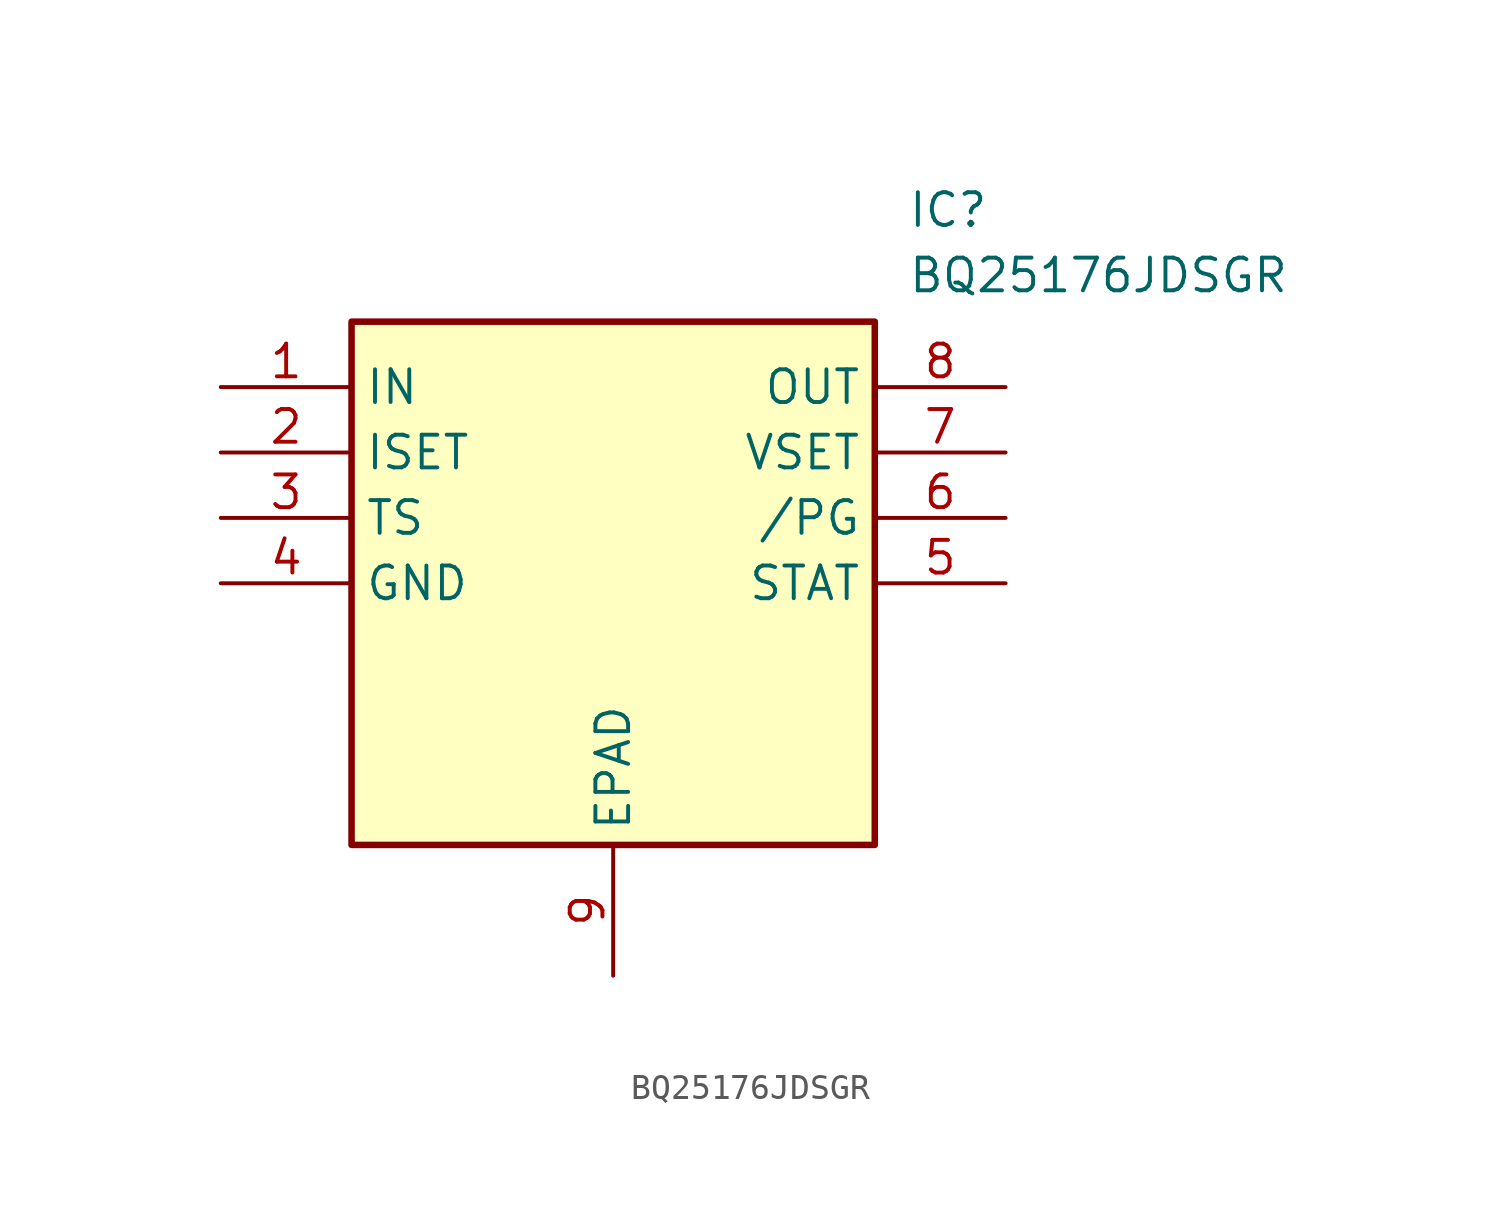
<source format=kicad_sym>
(kicad_symbol_lib
  (version 20211014)
  (generator SamacSys_ECAD_Model)
  (symbol "BQ25176JDSGR"
    (property "Reference" "IC"
      (at 26.67 7.62 0)
      (effects (font (size 1.27 1.27)) (justify left top)))
    (property "Value" "BQ25176JDSGR"
      (at 26.67 5.08 0)
      (effects (font (size 1.27 1.27)) (justify left top)))
    (rectangle
      (start 5.08 2.54)
      (end 25.4 -17.78)
      (stroke (width 0.254) (type default))
      (fill (type background)))
    (pin passive line
      (at 0 0 0)
      (length 5.08)
      (name "IN" (effects (font (size 1.27 1.27))))
      (number "1" (effects (font (size 1.27 1.27)))))
    (pin passive line
      (at 0 -2.54 0)
      (length 5.08)
      (name "ISET" (effects (font (size 1.27 1.27))))
      (number "2" (effects (font (size 1.27 1.27)))))
    (pin passive line
      (at 0 -5.08 0)
      (length 5.08)
      (name "TS" (effects (font (size 1.27 1.27))))
      (number "3" (effects (font (size 1.27 1.27)))))
    (pin passive line
      (at 0 -7.62 0)
      (length 5.08)
      (name "GND" (effects (font (size 1.27 1.27))))
      (number "4" (effects (font (size 1.27 1.27)))))
    (pin passive line
      (at 15.24 -22.86 90)
      (length 5.08)
      (name "EPAD" (effects (font (size 1.27 1.27))))
      (number "9" (effects (font (size 1.27 1.27)))))
    (pin passive line
      (at 30.48 0 180)
      (length 5.08)
      (name "OUT" (effects (font (size 1.27 1.27))))
      (number "8" (effects (font (size 1.27 1.27)))))
    (pin passive line
      (at 30.48 -2.54 180)
      (length 5.08)
      (name "VSET" (effects (font (size 1.27 1.27))))
      (number "7" (effects (font (size 1.27 1.27)))))
    (pin passive line
      (at 30.48 -5.08 180)
      (length 5.08)
      (name "/PG" (effects (font (size 1.27 1.27))))
      (number "6" (effects (font (size 1.27 1.27)))))
    (pin passive line
      (at 30.48 -7.62 180)
      (length 5.08)
      (name "STAT" (effects (font (size 1.27 1.27))))
      (number "5" (effects (font (size 1.27 1.27)))))))
</source>
